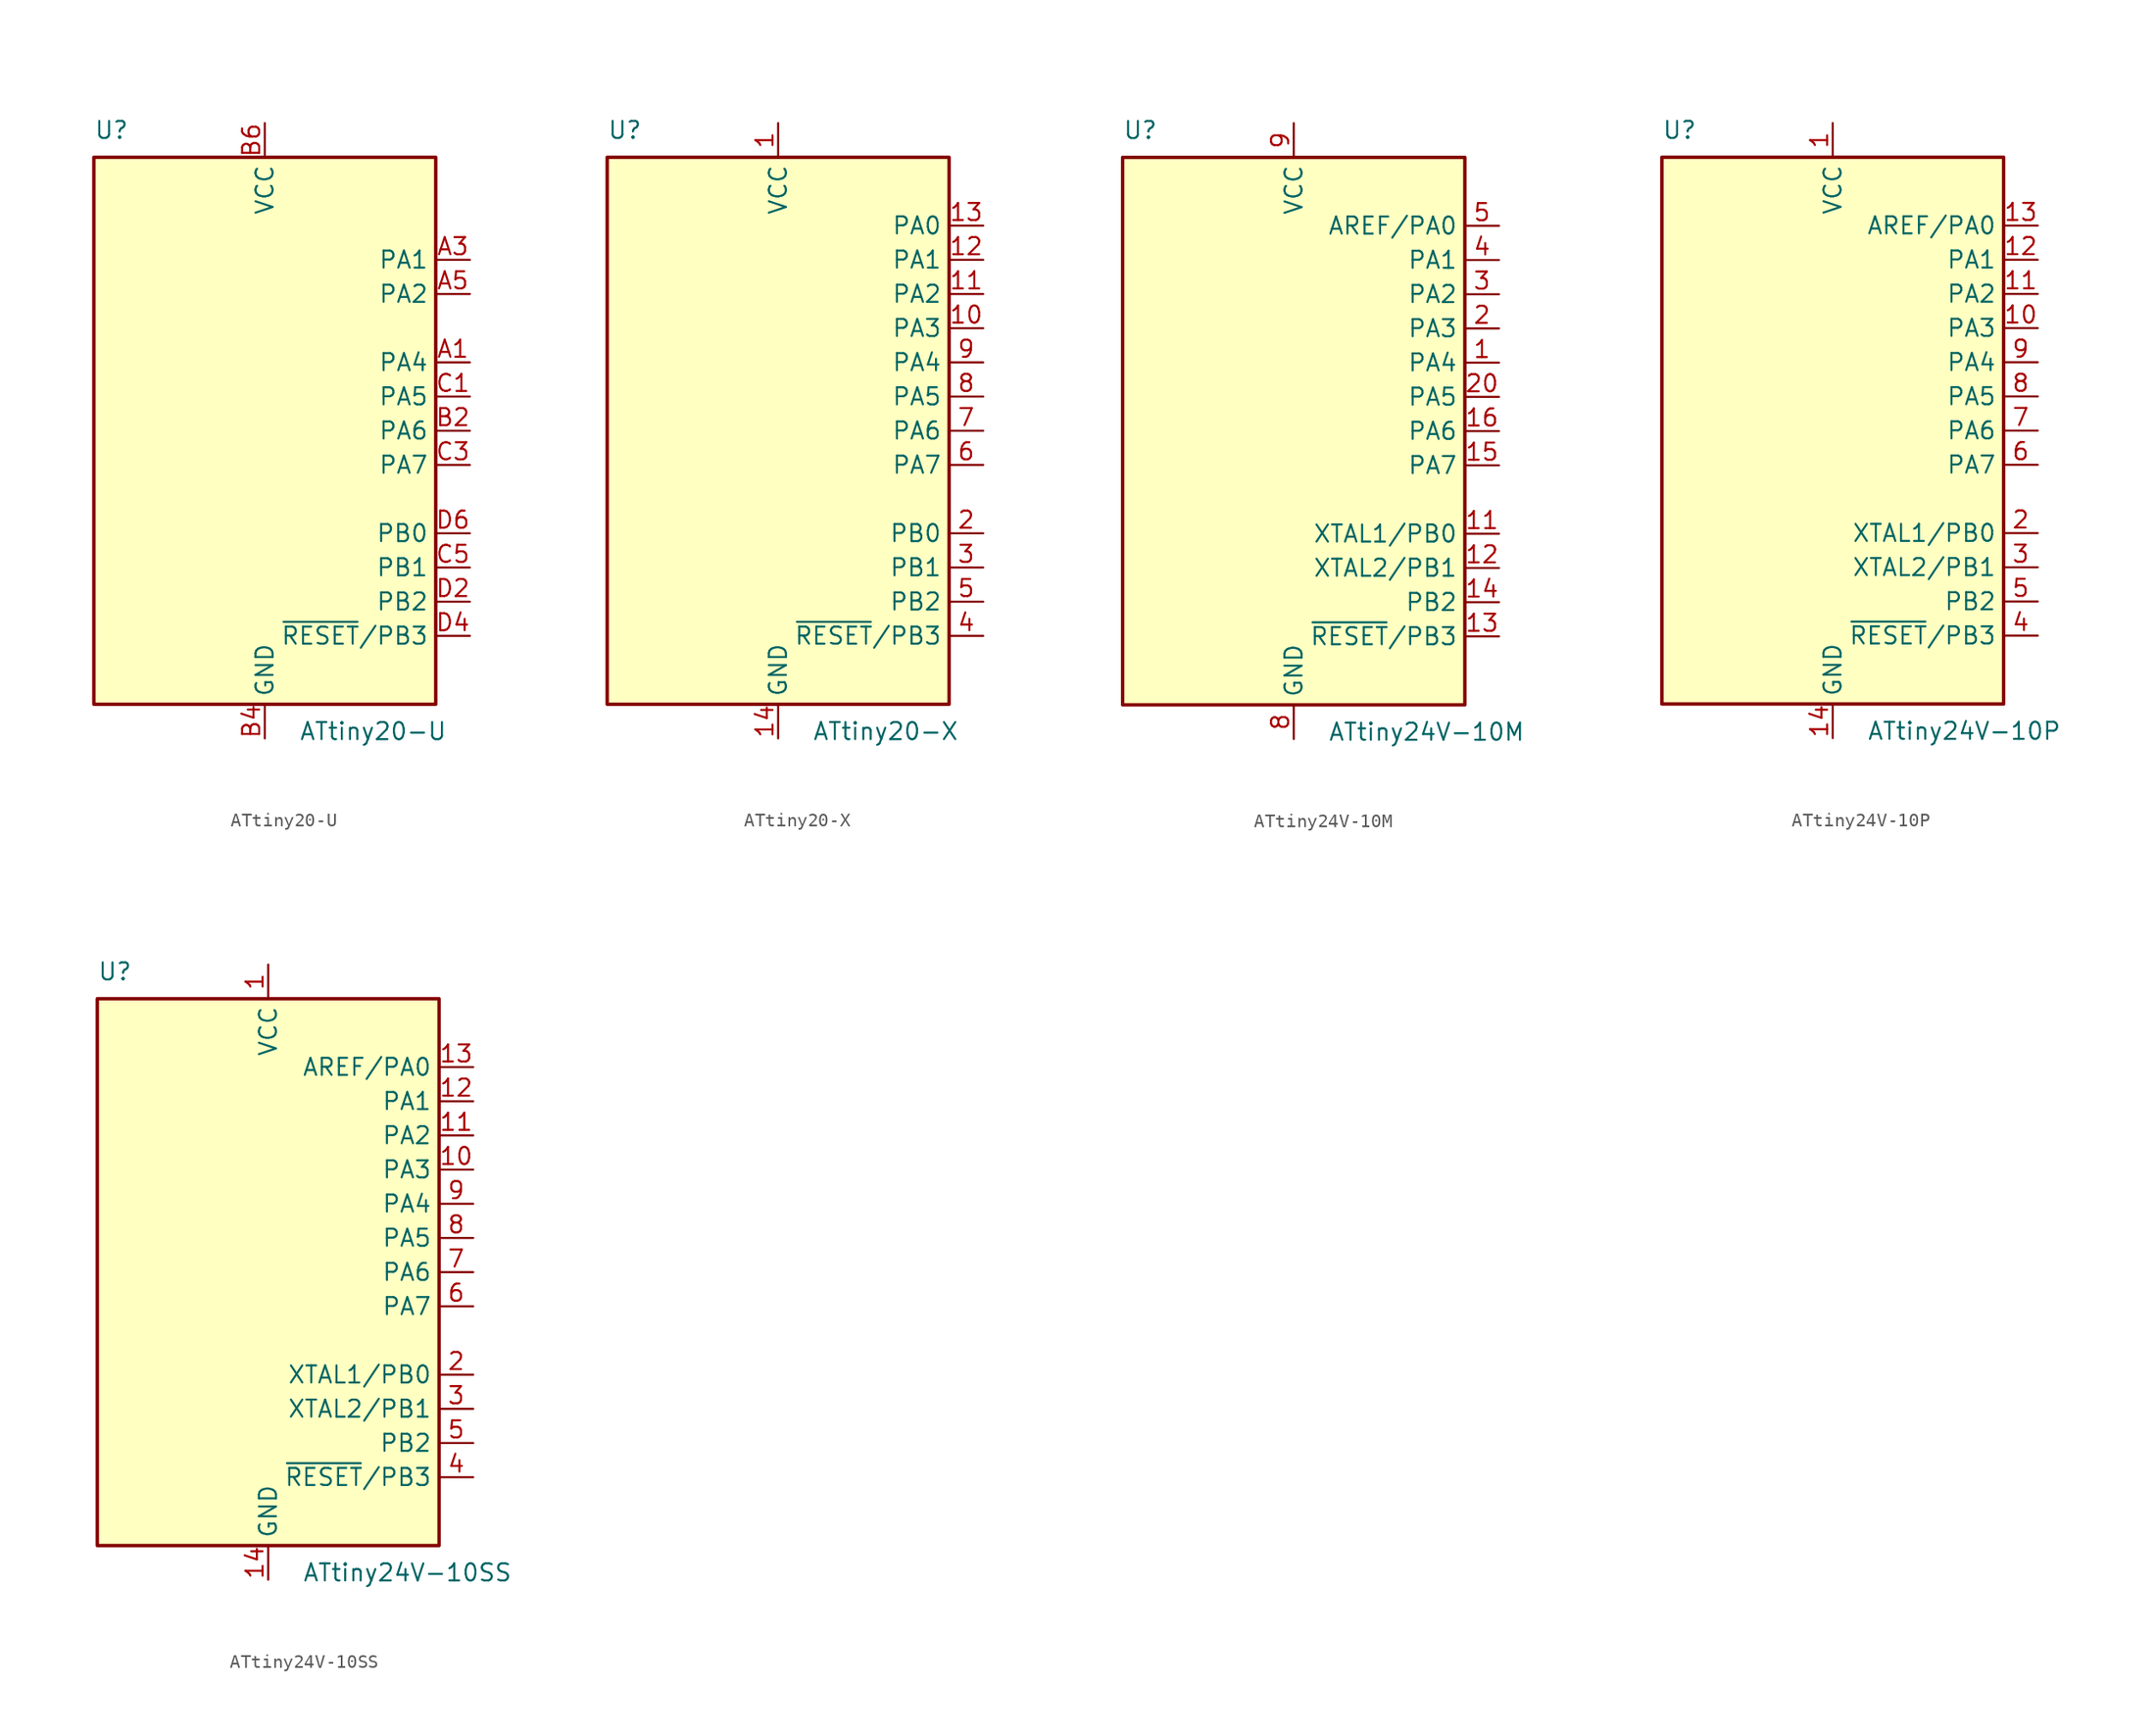
<source format=kicad_sym>
(kicad_symbol_lib
  (version 20211014)
  (generator kicad_symbol_editor)
  (symbol "ATtiny20-U"
    (property "Reference" "U"
      (at -12.7 21.59 0)
      (effects (font (size 1.27 1.27)) (justify left bottom)))
    (property "Value" "ATtiny20-U"
      (at 2.54 -21.59 0)
      (effects (font (size 1.27 1.27)) (justify left top)))
    (symbol "ATtiny20-U_0_1"
      (rectangle (start -12.7 -20.32) (end 12.7 20.32) (stroke (width 0.254) (type default) (color 0 0 0 0)) (fill (type background))))
    (symbol "ATtiny20-U_1_1"
      (pin bidirectional line (at 15.24 5.08 180) (length 2.54) (name "PA4" (effects (font (size 1.27 1.27)))) (number "A1" (effects (font (size 1.27 1.27)))))
      (pin bidirectional line (at 15.24 12.7 180) (length 2.54) (name "PA1" (effects (font (size 1.27 1.27)))) (number "A3" (effects (font (size 1.27 1.27)))))
      (pin bidirectional line (at 15.24 10.16 180) (length 2.54) (name "PA2" (effects (font (size 1.27 1.27)))) (number "A5" (effects (font (size 1.27 1.27)))))
      (pin bidirectional line (at 15.24 0 180) (length 2.54) (name "PA6" (effects (font (size 1.27 1.27)))) (number "B2" (effects (font (size 1.27 1.27)))))
      (pin power_in line (at 0 -22.86 90) (length 2.54) (name "GND" (effects (font (size 1.27 1.27)))) (number "B4" (effects (font (size 1.27 1.27)))))
      (pin power_in line (at 0 22.86 270) (length 2.54) (name "VCC" (effects (font (size 1.27 1.27)))) (number "B6" (effects (font (size 1.27 1.27)))))
      (pin bidirectional line (at 15.24 2.54 180) (length 2.54) (name "PA5" (effects (font (size 1.27 1.27)))) (number "C1" (effects (font (size 1.27 1.27)))))
      (pin bidirectional line (at 15.24 -2.54 180) (length 2.54) (name "PA7" (effects (font (size 1.27 1.27)))) (number "C3" (effects (font (size 1.27 1.27)))))
      (pin bidirectional line (at 15.24 -10.16 180) (length 2.54) (name "PB1" (effects (font (size 1.27 1.27)))) (number "C5" (effects (font (size 1.27 1.27)))))
      (pin bidirectional line (at 15.24 -12.7 180) (length 2.54) (name "PB2" (effects (font (size 1.27 1.27)))) (number "D2" (effects (font (size 1.27 1.27)))))
      (pin bidirectional line (at 15.24 -15.24 180) (length 2.54) (name "~{RESET}/PB3" (effects (font (size 1.27 1.27)))) (number "D4" (effects (font (size 1.27 1.27)))))
      (pin bidirectional line (at 15.24 -7.62 180) (length 2.54) (name "PB0" (effects (font (size 1.27 1.27)))) (number "D6" (effects (font (size 1.27 1.27)))))))
  (symbol "ATtiny20-X"
    (property "Reference" "U"
      (at -12.7 21.59 0)
      (effects (font (size 1.27 1.27)) (justify left bottom)))
    (property "Value" "ATtiny20-X"
      (at 2.54 -21.59 0)
      (effects (font (size 1.27 1.27)) (justify left top)))
    (symbol "ATtiny20-X_0_1"
      (rectangle (start -12.7 -20.32) (end 12.7 20.32) (stroke (width 0.254) (type default) (color 0 0 0 0)) (fill (type background))))
    (symbol "ATtiny20-X_1_1"
      (pin power_in line (at 0 22.86 270) (length 2.54) (name "VCC" (effects (font (size 1.27 1.27)))) (number "1" (effects (font (size 1.27 1.27)))))
      (pin bidirectional line (at 15.24 7.62 180) (length 2.54) (name "PA3" (effects (font (size 1.27 1.27)))) (number "10" (effects (font (size 1.27 1.27)))))
      (pin bidirectional line (at 15.24 10.16 180) (length 2.54) (name "PA2" (effects (font (size 1.27 1.27)))) (number "11" (effects (font (size 1.27 1.27)))))
      (pin bidirectional line (at 15.24 12.7 180) (length 2.54) (name "PA1" (effects (font (size 1.27 1.27)))) (number "12" (effects (font (size 1.27 1.27)))))
      (pin bidirectional line (at 15.24 15.24 180) (length 2.54) (name "PA0" (effects (font (size 1.27 1.27)))) (number "13" (effects (font (size 1.27 1.27)))))
      (pin power_in line (at 0 -22.86 90) (length 2.54) (name "GND" (effects (font (size 1.27 1.27)))) (number "14" (effects (font (size 1.27 1.27)))))
      (pin bidirectional line (at 15.24 -7.62 180) (length 2.54) (name "PB0" (effects (font (size 1.27 1.27)))) (number "2" (effects (font (size 1.27 1.27)))))
      (pin bidirectional line (at 15.24 -10.16 180) (length 2.54) (name "PB1" (effects (font (size 1.27 1.27)))) (number "3" (effects (font (size 1.27 1.27)))))
      (pin bidirectional line (at 15.24 -15.24 180) (length 2.54) (name "~{RESET}/PB3" (effects (font (size 1.27 1.27)))) (number "4" (effects (font (size 1.27 1.27)))))
      (pin bidirectional line (at 15.24 -12.7 180) (length 2.54) (name "PB2" (effects (font (size 1.27 1.27)))) (number "5" (effects (font (size 1.27 1.27)))))
      (pin bidirectional line (at 15.24 -2.54 180) (length 2.54) (name "PA7" (effects (font (size 1.27 1.27)))) (number "6" (effects (font (size 1.27 1.27)))))
      (pin bidirectional line (at 15.24 0 180) (length 2.54) (name "PA6" (effects (font (size 1.27 1.27)))) (number "7" (effects (font (size 1.27 1.27)))))
      (pin bidirectional line (at 15.24 2.54 180) (length 2.54) (name "PA5" (effects (font (size 1.27 1.27)))) (number "8" (effects (font (size 1.27 1.27)))))
      (pin bidirectional line (at 15.24 5.08 180) (length 2.54) (name "PA4" (effects (font (size 1.27 1.27)))) (number "9" (effects (font (size 1.27 1.27)))))))
  (symbol "ATtiny24V-10M"
    (property "Reference" "U"
      (at -12.7 21.59 0)
      (effects (font (size 1.27 1.27)) (justify left bottom)))
    (property "Value" "ATtiny24V-10M"
      (at 2.54 -21.59 0)
      (effects (font (size 1.27 1.27)) (justify left top)))
    (symbol "ATtiny24V-10M_0_1"
      (rectangle (start -12.7 -20.32) (end 12.7 20.32) (stroke (width 0.254) (type default) (color 0 0 0 0)) (fill (type background))))
    (symbol "ATtiny24V-10M_1_1"
      (pin bidirectional line (at 15.24 5.08 180) (length 2.54) (name "PA4" (effects (font (size 1.27 1.27)))) (number "1" (effects (font (size 1.27 1.27)))))
      (pin no_connect line (at -12.7 -10.16 0) (length 2.54) hide (name "NC" (effects (font (size 1.27 1.27)))) (number "10" (effects (font (size 1.27 1.27)))))
      (pin bidirectional line (at 15.24 -7.62 180) (length 2.54) (name "XTAL1/PB0" (effects (font (size 1.27 1.27)))) (number "11" (effects (font (size 1.27 1.27)))))
      (pin bidirectional line (at 15.24 -10.16 180) (length 2.54) (name "XTAL2/PB1" (effects (font (size 1.27 1.27)))) (number "12" (effects (font (size 1.27 1.27)))))
      (pin bidirectional line (at 15.24 -15.24 180) (length 2.54) (name "~{RESET}/PB3" (effects (font (size 1.27 1.27)))) (number "13" (effects (font (size 1.27 1.27)))))
      (pin bidirectional line (at 15.24 -12.7 180) (length 2.54) (name "PB2" (effects (font (size 1.27 1.27)))) (number "14" (effects (font (size 1.27 1.27)))))
      (pin bidirectional line (at 15.24 -2.54 180) (length 2.54) (name "PA7" (effects (font (size 1.27 1.27)))) (number "15" (effects (font (size 1.27 1.27)))))
      (pin bidirectional line (at 15.24 0 180) (length 2.54) (name "PA6" (effects (font (size 1.27 1.27)))) (number "16" (effects (font (size 1.27 1.27)))))
      (pin no_connect line (at -12.7 -12.7 0) (length 2.54) hide (name "NC" (effects (font (size 1.27 1.27)))) (number "17" (effects (font (size 1.27 1.27)))))
      (pin no_connect line (at -12.7 -15.24 0) (length 2.54) hide (name "NC" (effects (font (size 1.27 1.27)))) (number "18" (effects (font (size 1.27 1.27)))))
      (pin no_connect line (at -12.7 -17.78 0) (length 2.54) hide (name "NC" (effects (font (size 1.27 1.27)))) (number "19" (effects (font (size 1.27 1.27)))))
      (pin bidirectional line (at 15.24 7.62 180) (length 2.54) (name "PA3" (effects (font (size 1.27 1.27)))) (number "2" (effects (font (size 1.27 1.27)))))
      (pin bidirectional line (at 15.24 2.54 180) (length 2.54) (name "PA5" (effects (font (size 1.27 1.27)))) (number "20" (effects (font (size 1.27 1.27)))))
      (pin passive line (at 0 -22.86 90) (length 2.54) hide (name "GND" (effects (font (size 1.27 1.27)))) (number "21" (effects (font (size 1.27 1.27)))))
      (pin bidirectional line (at 15.24 10.16 180) (length 2.54) (name "PA2" (effects (font (size 1.27 1.27)))) (number "3" (effects (font (size 1.27 1.27)))))
      (pin bidirectional line (at 15.24 12.7 180) (length 2.54) (name "PA1" (effects (font (size 1.27 1.27)))) (number "4" (effects (font (size 1.27 1.27)))))
      (pin bidirectional line (at 15.24 15.24 180) (length 2.54) (name "AREF/PA0" (effects (font (size 1.27 1.27)))) (number "5" (effects (font (size 1.27 1.27)))))
      (pin no_connect line (at -12.7 -5.08 0) (length 2.54) hide (name "NC" (effects (font (size 1.27 1.27)))) (number "6" (effects (font (size 1.27 1.27)))))
      (pin no_connect line (at -12.7 -7.62 0) (length 2.54) hide (name "NC" (effects (font (size 1.27 1.27)))) (number "7" (effects (font (size 1.27 1.27)))))
      (pin power_in line (at 0 -22.86 90) (length 2.54) (name "GND" (effects (font (size 1.27 1.27)))) (number "8" (effects (font (size 1.27 1.27)))))
      (pin power_in line (at 0 22.86 270) (length 2.54) (name "VCC" (effects (font (size 1.27 1.27)))) (number "9" (effects (font (size 1.27 1.27)))))))
  (symbol "ATtiny24V-10P"
    (property "Reference" "U"
      (at -12.7 21.59 0)
      (effects (font (size 1.27 1.27)) (justify left bottom)))
    (property "Value" "ATtiny24V-10P"
      (at 2.54 -21.59 0)
      (effects (font (size 1.27 1.27)) (justify left top)))
    (symbol "ATtiny24V-10P_0_1"
      (rectangle (start -12.7 -20.32) (end 12.7 20.32) (stroke (width 0.254) (type default) (color 0 0 0 0)) (fill (type background))))
    (symbol "ATtiny24V-10P_1_1"
      (pin power_in line (at 0 22.86 270) (length 2.54) (name "VCC" (effects (font (size 1.27 1.27)))) (number "1" (effects (font (size 1.27 1.27)))))
      (pin bidirectional line (at 15.24 7.62 180) (length 2.54) (name "PA3" (effects (font (size 1.27 1.27)))) (number "10" (effects (font (size 1.27 1.27)))))
      (pin bidirectional line (at 15.24 10.16 180) (length 2.54) (name "PA2" (effects (font (size 1.27 1.27)))) (number "11" (effects (font (size 1.27 1.27)))))
      (pin bidirectional line (at 15.24 12.7 180) (length 2.54) (name "PA1" (effects (font (size 1.27 1.27)))) (number "12" (effects (font (size 1.27 1.27)))))
      (pin bidirectional line (at 15.24 15.24 180) (length 2.54) (name "AREF/PA0" (effects (font (size 1.27 1.27)))) (number "13" (effects (font (size 1.27 1.27)))))
      (pin power_in line (at 0 -22.86 90) (length 2.54) (name "GND" (effects (font (size 1.27 1.27)))) (number "14" (effects (font (size 1.27 1.27)))))
      (pin bidirectional line (at 15.24 -7.62 180) (length 2.54) (name "XTAL1/PB0" (effects (font (size 1.27 1.27)))) (number "2" (effects (font (size 1.27 1.27)))))
      (pin bidirectional line (at 15.24 -10.16 180) (length 2.54) (name "XTAL2/PB1" (effects (font (size 1.27 1.27)))) (number "3" (effects (font (size 1.27 1.27)))))
      (pin bidirectional line (at 15.24 -15.24 180) (length 2.54) (name "~{RESET}/PB3" (effects (font (size 1.27 1.27)))) (number "4" (effects (font (size 1.27 1.27)))))
      (pin bidirectional line (at 15.24 -12.7 180) (length 2.54) (name "PB2" (effects (font (size 1.27 1.27)))) (number "5" (effects (font (size 1.27 1.27)))))
      (pin bidirectional line (at 15.24 -2.54 180) (length 2.54) (name "PA7" (effects (font (size 1.27 1.27)))) (number "6" (effects (font (size 1.27 1.27)))))
      (pin bidirectional line (at 15.24 0 180) (length 2.54) (name "PA6" (effects (font (size 1.27 1.27)))) (number "7" (effects (font (size 1.27 1.27)))))
      (pin bidirectional line (at 15.24 2.54 180) (length 2.54) (name "PA5" (effects (font (size 1.27 1.27)))) (number "8" (effects (font (size 1.27 1.27)))))
      (pin bidirectional line (at 15.24 5.08 180) (length 2.54) (name "PA4" (effects (font (size 1.27 1.27)))) (number "9" (effects (font (size 1.27 1.27)))))))
  (symbol "ATtiny24V-10SS"
    (property "Reference" "U"
      (at -12.7 21.59 0)
      (effects (font (size 1.27 1.27)) (justify left bottom)))
    (property "Value" "ATtiny24V-10SS"
      (at 2.54 -21.59 0)
      (effects (font (size 1.27 1.27)) (justify left top)))
    (symbol "ATtiny24V-10SS_0_1"
      (rectangle (start -12.7 -20.32) (end 12.7 20.32) (stroke (width 0.254) (type default) (color 0 0 0 0)) (fill (type background))))
    (symbol "ATtiny24V-10SS_1_1"
      (pin power_in line (at 0 22.86 270) (length 2.54) (name "VCC" (effects (font (size 1.27 1.27)))) (number "1" (effects (font (size 1.27 1.27)))))
      (pin bidirectional line (at 15.24 7.62 180) (length 2.54) (name "PA3" (effects (font (size 1.27 1.27)))) (number "10" (effects (font (size 1.27 1.27)))))
      (pin bidirectional line (at 15.24 10.16 180) (length 2.54) (name "PA2" (effects (font (size 1.27 1.27)))) (number "11" (effects (font (size 1.27 1.27)))))
      (pin bidirectional line (at 15.24 12.7 180) (length 2.54) (name "PA1" (effects (font (size 1.27 1.27)))) (number "12" (effects (font (size 1.27 1.27)))))
      (pin bidirectional line (at 15.24 15.24 180) (length 2.54) (name "AREF/PA0" (effects (font (size 1.27 1.27)))) (number "13" (effects (font (size 1.27 1.27)))))
      (pin power_in line (at 0 -22.86 90) (length 2.54) (name "GND" (effects (font (size 1.27 1.27)))) (number "14" (effects (font (size 1.27 1.27)))))
      (pin bidirectional line (at 15.24 -7.62 180) (length 2.54) (name "XTAL1/PB0" (effects (font (size 1.27 1.27)))) (number "2" (effects (font (size 1.27 1.27)))))
      (pin bidirectional line (at 15.24 -10.16 180) (length 2.54) (name "XTAL2/PB1" (effects (font (size 1.27 1.27)))) (number "3" (effects (font (size 1.27 1.27)))))
      (pin bidirectional line (at 15.24 -15.24 180) (length 2.54) (name "~{RESET}/PB3" (effects (font (size 1.27 1.27)))) (number "4" (effects (font (size 1.27 1.27)))))
      (pin bidirectional line (at 15.24 -12.7 180) (length 2.54) (name "PB2" (effects (font (size 1.27 1.27)))) (number "5" (effects (font (size 1.27 1.27)))))
      (pin bidirectional line (at 15.24 -2.54 180) (length 2.54) (name "PA7" (effects (font (size 1.27 1.27)))) (number "6" (effects (font (size 1.27 1.27)))))
      (pin bidirectional line (at 15.24 0 180) (length 2.54) (name "PA6" (effects (font (size 1.27 1.27)))) (number "7" (effects (font (size 1.27 1.27)))))
      (pin bidirectional line (at 15.24 2.54 180) (length 2.54) (name "PA5" (effects (font (size 1.27 1.27)))) (number "8" (effects (font (size 1.27 1.27)))))
      (pin bidirectional line (at 15.24 5.08 180) (length 2.54) (name "PA4" (effects (font (size 1.27 1.27)))) (number "9" (effects (font (size 1.27 1.27))))))))
</source>
